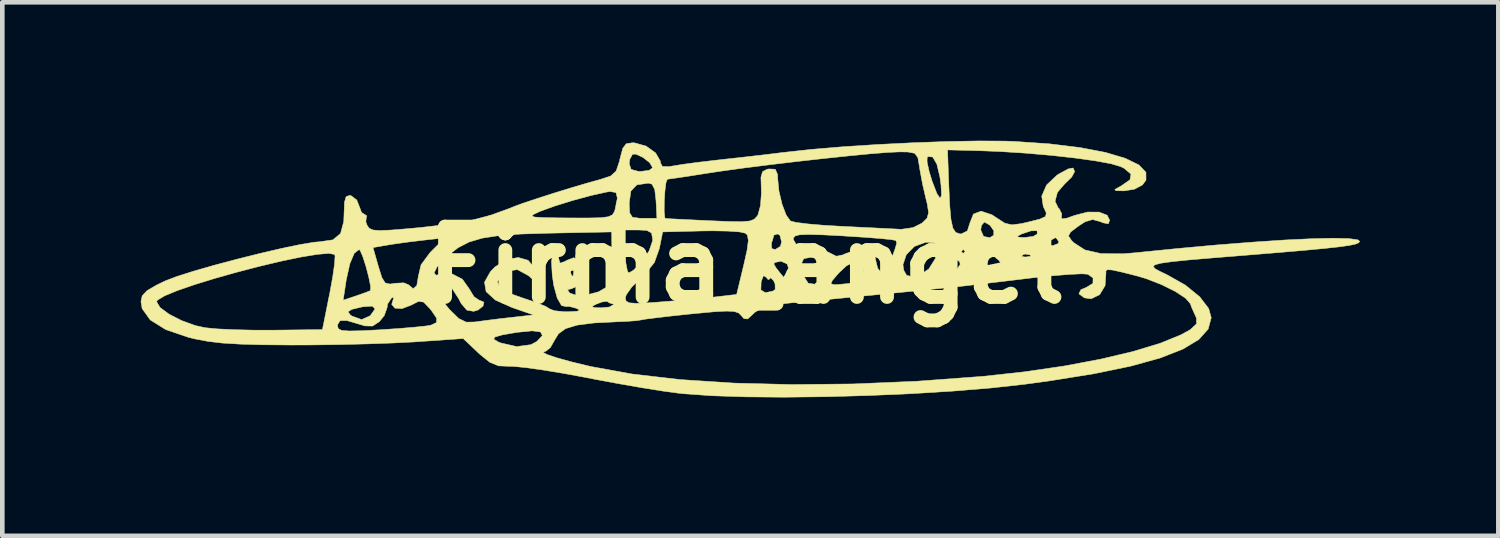
<source format=kicad_pcb>
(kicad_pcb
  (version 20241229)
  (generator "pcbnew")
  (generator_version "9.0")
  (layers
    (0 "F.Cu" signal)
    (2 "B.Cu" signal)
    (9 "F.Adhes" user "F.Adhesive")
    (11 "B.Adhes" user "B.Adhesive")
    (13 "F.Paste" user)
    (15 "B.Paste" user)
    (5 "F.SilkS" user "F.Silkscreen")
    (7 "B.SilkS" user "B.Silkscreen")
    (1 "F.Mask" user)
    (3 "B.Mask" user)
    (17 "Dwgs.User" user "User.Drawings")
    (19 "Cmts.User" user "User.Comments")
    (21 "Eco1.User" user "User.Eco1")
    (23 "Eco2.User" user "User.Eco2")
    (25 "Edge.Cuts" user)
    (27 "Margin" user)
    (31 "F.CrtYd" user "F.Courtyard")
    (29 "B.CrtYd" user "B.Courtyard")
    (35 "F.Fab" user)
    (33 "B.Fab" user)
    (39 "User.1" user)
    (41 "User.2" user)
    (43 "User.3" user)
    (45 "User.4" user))
  (footprint "Firma_angel"
    (layer "F.Cu")
    (at 13.128 2.697)
    (property "Reference" "Firma_angel" (at 0 0 0) (layer "F.SilkS") (effects (font (size 1.524 1.524) (thickness 0.3))))
    (attr through_hole)
    (fp_poly (pts (xy 5.604 -2.689) (xy 5.8 -2.682) (xy 6.565 -2.63) (xy 7.229 -2.549) (xy 7.781 -2.444) (xy 8.21 -2.317) (xy 8.506 -2.173) (xy 8.66 -2.013) (xy 8.661 -1.843) (xy 8.584 -1.738) (xy 8.41 -1.646) (xy 8.185 -1.61) (xy 8.007 -1.614) (xy 7.985 -1.64) (xy 8.106 -1.708) (xy 8.121 -1.716) (xy 8.313 -1.849) (xy 8.335 -1.974) (xy 8.189 -2.098) (xy 8.11 -2.137) (xy 7.904 -2.198) (xy 7.562 -2.261) (xy 7.116 -2.323) (xy 6.6 -2.38) (xy 6.048 -2.428) (xy 5.491 -2.463) (xy 5.038 -2.481) (xy 4.36 -2.498) (xy 4.387 -1.736) (xy 4.407 -1.292) (xy 4.434 -0.991) (xy 4.474 -0.806) (xy 4.535 -0.711) (xy 4.623 -0.679) (xy 4.657 -0.677) (xy 4.79 -0.743) (xy 4.796 -0.762) (xy 5.08 -0.762) (xy 5.141 -0.622) (xy 5.276 -0.596) (xy 5.323 -0.625) (xy 5.867 -0.625) (xy 5.913 -0.604) (xy 6.028 -0.599) (xy 6.215 -0.623) (xy 6.308 -0.677) (xy 6.299 -0.745) (xy 6.172 -0.744) (xy 5.969 -0.677) (xy 5.867 -0.625) (xy 5.323 -0.625) (xy 5.361 -0.648) (xy 5.363 -0.746) (xy 5.322 -0.804) (xy 6.435 -0.804) (xy 6.477 -0.762) (xy 6.519 -0.804) (xy 6.477 -0.847) (xy 6.435 -0.804) (xy 5.322 -0.804) (xy 5.279 -0.865) (xy 5.166 -0.931) (xy 5.154 -0.931) (xy 5.094 -0.86) (xy 5.08 -0.762) (xy 4.796 -0.762) (xy 4.842 -0.909) (xy 4.921 -1.108) (xy 5.087 -1.17) (xy 5.322 -1.092) (xy 5.435 -1.017) (xy 5.601 -0.91) (xy 5.752 -0.874) (xy 5.96 -0.9) (xy 6.102 -0.933) (xy 6.36 -0.998) (xy 6.483 -1.054) (xy 6.5 -1.13) (xy 6.442 -1.257) (xy 6.434 -1.271) (xy 6.401 -1.497) (xy 6.506 -1.737) (xy 6.73 -1.949) (xy 6.772 -1.976) (xy 6.98 -2.088) (xy 7.082 -2.106) (xy 7.112 -2.035) (xy 7.112 -2.023) (xy 7.051 -1.91) (xy 6.904 -1.766) (xy 6.9 -1.763) (xy 6.741 -1.577) (xy 6.69 -1.385) (xy 6.76 -1.238) (xy 6.779 -1.224) (xy 6.837 -1.108) (xy 6.828 -1.059) (xy 6.837 -1.003) (xy 6.952 -1.02) (xy 7.113 -1.078) (xy 7.394 -1.151) (xy 7.645 -1.15) (xy 7.819 -1.082) (xy 7.874 -0.974) (xy 7.845 -0.896) (xy 7.729 -0.918) (xy 7.669 -0.944) (xy 7.504 -0.989) (xy 7.341 -0.94) (xy 7.196 -0.846) (xy 7.027 -0.718) (xy 6.981 -0.634) (xy 7.043 -0.54) (xy 7.094 -0.488) (xy 7.337 -0.33) (xy 7.685 -0.251) (xy 8.157 -0.246) (xy 8.422 -0.268) (xy 9.34 -0.36) (xy 10.195 -0.438) (xy 10.974 -0.499) (xy 11.664 -0.545) (xy 12.25 -0.573) (xy 12.719 -0.584) (xy 13.057 -0.576) (xy 13.251 -0.549) (xy 13.293 -0.518) (xy 13.273 -0.486) (xy 13.204 -0.457) (xy 13.069 -0.428) (xy 12.85 -0.397) (xy 12.53 -0.362) (xy 12.093 -0.321) (xy 11.522 -0.272) (xy 10.8 -0.213) (xy 10.753 -0.209) (xy 10.094 -0.156) (xy 9.59 -0.113) (xy 9.225 -0.076) (xy 8.984 -0.042) (xy 8.853 -0.007) (xy 8.818 0.032) (xy 8.862 0.08) (xy 8.973 0.14) (xy 9.109 0.204) (xy 9.512 0.431) (xy 9.824 0.684) (xy 10.02 0.94) (xy 10.075 1.139) (xy 10.009 1.385) (xy 9.806 1.612) (xy 9.461 1.82) (xy 8.97 2.012) (xy 8.327 2.19) (xy 7.527 2.355) (xy 6.566 2.509) (xy 6.023 2.583) (xy 5.292 2.663) (xy 4.464 2.731) (xy 3.571 2.786) (xy 2.645 2.826) (xy 1.719 2.852) (xy 0.823 2.862) (xy -0.008 2.855) (xy -0.744 2.831) (xy -1.352 2.788) (xy -1.482 2.774) (xy -1.813 2.729) (xy -2.259 2.658) (xy -2.77 2.569) (xy -3.294 2.472) (xy -3.471 2.437) (xy -3.952 2.348) (xy -4.401 2.274) (xy -4.781 2.221) (xy -5.052 2.194) (xy -5.134 2.193) (xy -5.37 2.183) (xy -5.56 2.107) (xy -5.775 1.934) (xy -5.811 1.9) (xy -5.826 1.886) (xy -4.41 1.886) (xy -4.324 1.936) (xy -4.11 2.008) (xy -3.788 2.097) (xy -3.376 2.196) (xy -3.372 2.197) (xy -2.475 2.36) (xy -1.436 2.48) (xy -0.277 2.556) (xy 0.98 2.588) (xy 2.312 2.575) (xy 3.698 2.516) (xy 5.115 2.411) (xy 5.151 2.408) (xy 6.043 2.31) (xy 6.894 2.185) (xy 7.68 2.037) (xy 8.378 1.872) (xy 8.967 1.694) (xy 9.421 1.509) (xy 9.618 1.4) (xy 9.756 1.273) (xy 9.754 1.143) (xy 9.742 1.12) (xy 9.653 0.921) (xy 9.623 0.836) (xy 9.518 0.716) (xy 9.296 0.57) (xy 8.998 0.422) (xy 8.669 0.294) (xy 8.483 0.238) (xy 8.143 0.152) (xy 7.935 0.106) (xy 7.829 0.097) (xy 7.792 0.124) (xy 7.793 0.179) (xy 7.774 0.445) (xy 7.656 0.64) (xy 7.473 0.729) (xy 7.327 0.709) (xy 7.207 0.621) (xy 7.249 0.532) (xy 7.366 0.483) (xy 7.511 0.395) (xy 7.513 0.278) (xy 7.401 0.197) (xy 7.272 0.188) (xy 7.009 0.2) (xy 6.647 0.229) (xy 6.22 0.273) (xy 6.068 0.291) (xy 5.613 0.346) (xy 5.199 0.395) (xy 4.865 0.434) (xy 4.649 0.459) (xy 4.614 0.463) (xy 3.969 0.528) (xy 3.307 0.594) (xy 2.66 0.657) (xy 2.063 0.715) (xy 1.546 0.765) (xy 1.142 0.802) (xy 0.944 0.82) (xy 0.577 0.864) (xy 0.337 0.927) (xy 0.182 1.023) (xy 0.154 1.05) (xy 0.028 1.166) (xy -0.054 1.159) (xy -0.112 1.092) (xy -0.17 1.036) (xy -0.265 1.004) (xy -0.426 0.996) (xy -0.685 1.009) (xy -1.071 1.045) (xy -1.228 1.06) (xy -1.624 1.102) (xy -1.955 1.141) (xy -2.187 1.17) (xy -2.286 1.188) (xy -2.286 1.188) (xy -2.387 1.204) (xy -2.604 1.219) (xy -2.794 1.227) (xy -3.303 1.253) (xy -3.669 1.3) (xy -3.917 1.375) (xy -4.073 1.487) (xy -4.15 1.613) (xy -4.249 1.787) (xy -4.346 1.865) (xy -4.349 1.865) (xy -4.41 1.886) (xy -5.826 1.886) (xy -6.124 1.604) (xy -5.477 1.604) (xy -5.381 1.663) (xy -5.325 1.686) (xy -4.978 1.765) (xy -4.669 1.723) (xy -4.542 1.654) (xy -4.423 1.527) (xy -4.46 1.449) (xy -4.644 1.424) (xy -4.968 1.456) (xy -4.968 1.456) (xy -5.286 1.511) (xy -5.45 1.557) (xy -5.477 1.604) (xy -6.124 1.604) (xy -6.138 1.591) (xy -7.196 1.664) (xy -7.645 1.687) (xy -8.209 1.707) (xy -8.832 1.722) (xy -9.461 1.73) (xy -9.864 1.731) (xy -10.487 1.726) (xy -10.974 1.712) (xy -11.358 1.689) (xy -11.671 1.652) (xy -11.947 1.6) (xy -12.093 1.565) (xy -12.587 1.396) (xy -12.922 1.187) (xy -13.097 0.942) (xy -13.122 0.793) (xy -12.784 0.793) (xy -12.708 0.919) (xy -12.513 1.063) (xy -12.242 1.201) (xy -11.942 1.31) (xy -11.732 1.356) (xy -11.475 1.381) (xy -11.101 1.399) (xy -10.662 1.409) (xy -10.246 1.409) (xy -9.19 1.397) (xy -9.174 1.321) (xy -8.862 1.321) (xy -8.844 1.379) (xy -8.772 1.414) (xy -8.616 1.427) (xy -8.35 1.422) (xy -7.945 1.401) (xy -7.923 1.399) (xy -7.529 1.373) (xy -7.187 1.344) (xy -6.939 1.318) (xy -6.837 1.301) (xy -6.718 1.244) (xy -6.714 1.15) (xy -6.829 0.981) (xy -6.866 0.937) (xy -6.996 0.801) (xy -7.106 0.785) (xy -7.269 0.868) (xy -7.465 0.942) (xy -7.619 0.932) (xy -7.688 0.851) (xy -7.66 0.758) (xy -7.641 0.691) (xy -7.692 0.712) (xy -7.776 0.84) (xy -7.789 0.923) (xy -7.849 1.093) (xy -7.955 1.224) (xy -8.102 1.32) (xy -8.268 1.317) (xy -8.391 1.28) (xy -8.66 1.201) (xy -8.807 1.203) (xy -8.86 1.288) (xy -8.862 1.321) (xy -9.174 1.321) (xy -9.112 1.011) (xy -8.635 1.011) (xy -8.585 1.079) (xy -8.549 1.104) (xy -8.339 1.18) (xy -8.163 1.101) (xy -8.145 1.084) (xy -8.049 0.949) (xy -8.106 0.888) (xy -8.312 0.902) (xy -8.319 0.903) (xy -8.552 0.958) (xy -8.635 1.011) (xy -9.112 1.011) (xy -9.062 0.76) (xy -8.74 0.76) (xy -8.455 0.664) (xy -8.26 0.596) (xy -8.153 0.553) (xy -8.148 0.55) (xy -8.145 0.46) (xy -8.183 0.27) (xy -8.243 0.038) (xy -8.311 -0.176) (xy -8.371 -0.316) (xy -8.394 -0.339) (xy -8.499 -0.258) (xy -8.595 -0.032) (xy -8.673 0.317) (xy -8.679 0.359) (xy -8.74 0.76) (xy -9.062 0.76) (xy -9.031 0.608) (xy -8.968 0.263) (xy -8.928 -0.017) (xy -8.916 -0.193) (xy -8.923 -0.231) (xy -9.047 -0.255) (xy -9.299 -0.234) (xy -9.653 -0.176) (xy -10.08 -0.087) (xy -10.552 0.025) (xy -11.041 0.152) (xy -11.52 0.287) (xy -11.959 0.422) (xy -12.331 0.55) (xy -12.608 0.664) (xy -12.762 0.756) (xy -12.784 0.793) (xy -13.122 0.793) (xy -13.123 0.788) (xy -13.096 0.664) (xy -12.993 0.554) (xy -12.782 0.43) (xy -12.594 0.34) (xy -12.35 0.247) (xy -11.988 0.132) (xy -11.543 0.004) (xy -11.054 -0.126) (xy -10.555 -0.251) (xy -10.084 -0.361) (xy -9.986 -0.381) (xy -8.093 -0.381) (xy -7.976 0.03) (xy -7.9 0.272) (xy -7.828 0.386) (xy -7.724 0.41) (xy -7.616 0.393) (xy -7.426 0.383) (xy -7.322 0.426) (xy -7.223 0.51) (xy -7.145 0.445) (xy -7.112 0.252) (xy -7.112 0.246) (xy -7.093 0.167) (xy -6.769 0.167) (xy -6.727 0.218) (xy -6.646 0.2) (xy -6.39 0.183) (xy -6.156 0.304) (xy -6.012 0.507) (xy -5.905 0.683) (xy -5.789 0.762) (xy -5.782 0.762) (xy -5.689 0.802) (xy -5.709 0.888) (xy -5.816 0.972) (xy -5.911 1.001) (xy -6.058 0.976) (xy -6.183 0.83) (xy -6.237 0.725) (xy -6.378 0.508) (xy -6.517 0.427) (xy -6.629 0.491) (xy -6.656 0.545) (xy -6.631 0.676) (xy -6.511 0.869) (xy -6.427 0.969) (xy -6.233 1.158) (xy -6.073 1.235) (xy -5.891 1.232) (xy -5.661 1.201) (xy -5.345 1.161) (xy -5.122 1.136) (xy -4.614 1.079) (xy -5.075 0.92) (xy -5.442 0.756) (xy -5.642 0.574) (xy -5.677 0.369) (xy -5.547 0.139) (xy -5.449 0.038) (xy -5.198 -0.121) (xy -4.945 -0.166) (xy -4.731 -0.105) (xy -4.597 0.056) (xy -4.572 0.199) (xy -4.584 0.311) (xy -4.647 0.294) (xy -4.727 0.225) (xy -4.964 0.097) (xy -5.196 0.132) (xy -5.306 0.214) (xy -5.397 0.358) (xy -5.351 0.483) (xy -5.157 0.602) (xy -4.831 0.718) (xy -4.555 0.81) (xy -4.35 0.894) (xy -4.267 0.946) (xy -4.162 0.988) (xy -3.954 1.009) (xy -3.869 1.01) (xy -3.665 0.999) (xy -3.618 0.972) (xy -3.683 0.936) (xy -3.833 0.896) (xy -3.349 0.896) (xy -3.296 0.919) (xy -3.154 0.925) (xy -2.967 0.907) (xy -2.879 0.853) (xy -2.879 0.847) (xy -2.945 0.774) (xy -3.128 0.798) (xy -3.26 0.847) (xy -3.349 0.896) (xy -3.833 0.896) (xy -3.842 0.894) (xy -3.906 0.899) (xy -4.007 0.876) (xy -4.101 0.713) (xy -4.101 0.711) (xy -2.625 0.711) (xy -2.608 0.779) (xy -2.538 0.817) (xy -2.381 0.828) (xy -2.106 0.815) (xy -1.884 0.799) (xy -1.474 0.766) (xy -1.062 0.728) (xy -0.726 0.694) (xy -0.677 0.689) (xy -0.212 0.635) (xy -0.188 0.538) (xy 0.314 0.538) (xy 0.402 0.592) (xy 0.43 0.593) (xy 0.581 0.56) (xy 0.624 0.525) (xy 0.621 0.405) (xy 0.588 0.335) (xy 0.523 0.27) (xy 0.508 0.296) (xy 0.472 0.315) (xy 0.433 0.267) (xy 0.372 0.226) (xy 0.326 0.34) (xy 0.319 0.373) (xy 0.314 0.538) (xy -0.188 0.538) (xy -0.06 0.007) (xy -0.052 -0.027) (xy 0.593 -0.027) (xy 0.642 0.057) (xy 0.754 0.2) (xy 0.879 0.341) (xy 0.965 0.42) (xy 0.974 0.423) (xy 0.972 0.35) (xy 0.95 0.174) (xy 0.949 0.169) (xy 0.882 -0.027) (xy 0.867 -0.033) (xy 1.192 -0.033) (xy 1.227 0.189) (xy 1.239 0.233) (xy 1.339 0.391) (xy 1.48 0.413) (xy 1.491 0.404) (xy 1.831 0.404) (xy 1.902 0.422) (xy 1.968 0.422) (xy 2.214 0.398) (xy 2.349 0.37) (xy 2.508 0.261) (xy 2.54 0.117) (xy 2.49 -0.045) (xy 2.359 -0.079) (xy 2.172 0.012) (xy 2.003 0.169) (xy 1.863 0.332) (xy 1.831 0.404) (xy 1.491 0.404) (xy 1.606 0.305) (xy 1.644 0.208) (xy 1.665 -0.024) (xy 1.569 -0.142) (xy 1.392 -0.169) (xy 1.243 -0.141) (xy 1.192 -0.033) (xy 0.867 -0.033) (xy 0.752 -0.085) (xy 0.62 -0.059) (xy 0.593 -0.027) (xy -0.052 -0.027) (xy 0.015 -0.327) (xy 0.034 -0.473) (xy 0.541 -0.473) (xy 0.549 -0.359) (xy 0.626 -0.339) (xy 0.739 -0.409) (xy 0.762 -0.508) (xy 0.749 -0.559) (xy 1.016 -0.559) (xy 1.074 -0.458) (xy 1.266 -0.424) (xy 1.293 -0.423) (xy 1.557 -0.38) (xy 1.771 -0.283) (xy 1.95 -0.193) (xy 2.101 -0.225) (xy 2.127 -0.241) (xy 2.327 -0.313) (xy 2.539 -0.339) (xy 2.722 -0.315) (xy 2.789 -0.219) (xy 2.794 -0.144) (xy 2.844 0.064) (xy 2.964 0.216) (xy 3.065 0.254) (xy 3.115 0.181) (xy 3.133 0.037) (xy 3.139 -0.008) (xy 3.393 -0.008) (xy 3.412 0.114) (xy 3.474 0.222) (xy 3.581 0.246) (xy 3.779 0.203) (xy 3.954 0.082) (xy 4.005 0) (xy 4.293 0) (xy 4.303 0.139) (xy 4.419 0.16) (xy 4.562 0.093) (xy 4.634 -0.018) (xy 4.62 -0.075) (xy 4.548 -0.127) (xy 4.995 -0.127) (xy 5.054 0.042) (xy 5.227 0.09) (xy 5.454 0.033) (xy 5.526 -0.019) (xy 5.475 -0.102) (xy 5.384 -0.178) (xy 5.366 -0.19) (xy 5.963 -0.19) (xy 6.047 -0.176) (xy 6.156 -0.192) (xy 6.157 -0.212) (xy 6.35 -0.212) (xy 6.392 -0.169) (xy 6.435 -0.212) (xy 6.392 -0.254) (xy 6.35 -0.212) (xy 6.157 -0.212) (xy 6.158 -0.22) (xy 6.044 -0.241) (xy 5.995 -0.227) (xy 5.963 -0.19) (xy 5.366 -0.19) (xy 5.17 -0.314) (xy 5.044 -0.31) (xy 4.996 -0.165) (xy 4.995 -0.127) (xy 4.548 -0.127) (xy 4.493 -0.166) (xy 4.359 -0.118) (xy 4.293 0) (xy 4.005 0) (xy 4.092 -0.138) (xy 4.128 -0.296) (xy 4.657 -0.296) (xy 4.699 -0.254) (xy 4.741 -0.296) (xy 4.699 -0.339) (xy 4.657 -0.296) (xy 4.128 -0.296) (xy 4.149 -0.388) (xy 4.149 -0.39) (xy 4.097 -0.479) (xy 3.922 -0.496) (xy 3.876 -0.492) (xy 3.64 -0.405) (xy 3.465 -0.226) (xy 3.393 -0.008) (xy 3.139 -0.008) (xy 3.166 -0.198) (xy 3.218 -0.339) (xy 3.26 -0.481) (xy 3.249 -0.508) (xy 6.562 -0.508) (xy 6.581 -0.436) (xy 6.641 -0.423) (xy 6.757 -0.468) (xy 6.773 -0.508) (xy 6.713 -0.59) (xy 6.694 -0.593) (xy 6.579 -0.531) (xy 6.562 -0.508) (xy 3.249 -0.508) (xy 3.239 -0.535) (xy 3.134 -0.554) (xy 2.895 -0.578) (xy 2.555 -0.604) (xy 2.149 -0.63) (xy 2.095 -0.634) (xy 1.648 -0.657) (xy 1.344 -0.665) (xy 1.155 -0.658) (xy 1.055 -0.632) (xy 1.019 -0.587) (xy 1.016 -0.559) (xy 0.749 -0.559) (xy 0.727 -0.646) (xy 0.677 -0.677) (xy 0.595 -0.65) (xy 0.593 -0.642) (xy 0.566 -0.542) (xy 0.541 -0.473) (xy 0.034 -0.473) (xy 0.042 -0.534) (xy 0.023 -0.648) (xy -0.017 -0.691) (xy -0.145 -0.72) (xy -0.399 -0.738) (xy -0.738 -0.744) (xy -0.971 -0.741) (xy -1.815 -0.72) (xy -1.886 -0.363) (xy -1.993 -0.059) (xy -2.207 0.206) (xy -2.29 0.28) (xy -2.482 0.471) (xy -2.603 0.641) (xy -2.625 0.711) (xy -4.101 0.711) (xy -4.176 0.439) (xy -4.208 0.218) (xy -4.211 0.169) (xy -3.81 0.169) (xy -3.779 0.239) (xy -3.754 0.226) (xy -3.743 0.125) (xy -3.754 0.113) (xy -3.804 0.125) (xy -3.81 0.169) (xy -4.211 0.169) (xy -4.225 -0.084) (xy -4.197 -0.233) (xy -4.161 -0.254) (xy -4.075 -0.186) (xy -4.064 -0.126) (xy -4.04 -0.044) (xy -3.94 -0.077) (xy -3.896 -0.103) (xy -3.742 -0.162) (xy -3.608 -0.088) (xy -3.585 -0.065) (xy -3.491 0.074) (xy -3.514 0.235) (xy -3.539 0.293) (xy -3.659 0.451) (xy -3.783 0.508) (xy -3.876 0.533) (xy -3.833 0.603) (xy -3.682 0.655) (xy -3.45 0.643) (xy -3.208 0.579) (xy -3.028 0.476) (xy -3.023 0.471) (xy -2.948 0.296) (xy -2.915 -0.027) (xy -2.914 -0.182) (xy -2.921 -0.72) (xy -4.276 -0.693) (xy -4.889 -0.674) (xy -5.363 -0.641) (xy -5.728 -0.585) (xy -6.013 -0.5) (xy -6.248 -0.378) (xy -6.464 -0.213) (xy -6.54 -0.143) (xy -6.704 0.038) (xy -6.769 0.167) (xy -7.093 0.167) (xy -7.052 -0.008) (xy -6.857 -0.272) (xy -6.824 -0.305) (xy -6.537 -0.592) (xy -7.015 -0.539) (xy -7.346 -0.499) (xy -7.659 -0.455) (xy -7.793 -0.433) (xy -8.093 -0.381) (xy -9.986 -0.381) (xy -9.677 -0.446) (xy -9.371 -0.497) (xy -9.239 -0.508) (xy -8.961 -0.549) (xy -8.797 -0.686) (xy -8.727 -0.946) (xy -8.721 -1.11) (xy -8.712 -1.363) (xy -8.676 -1.485) (xy -8.6 -1.512) (xy -8.572 -1.508) (xy -8.445 -1.412) (xy -8.397 -1.29) (xy -8.341 -1.142) (xy -8.277 -1.101) (xy -8.225 -1.066) (xy -8.238 -1.047) (xy -8.248 -0.938) (xy -8.216 -0.853) (xy -8.171 -0.796) (xy -8.092 -0.762) (xy -7.948 -0.75) (xy -7.712 -0.76) (xy -7.681 -0.762) (xy -2.625 -0.762) (xy -2.625 -0.296) (xy -2.612 -0.041) (xy -2.579 0.128) (xy -2.548 0.169) (xy -2.449 0.11) (xy -2.298 -0.038) (xy -2.251 -0.091) (xy -2.108 -0.311) (xy -2.035 -0.522) (xy -2.032 -0.557) (xy -2.055 -0.696) (xy -2.158 -0.753) (xy -2.328 -0.762) (xy -2.625 -0.762) (xy -7.681 -0.762) (xy -7.354 -0.789) (xy -7.06 -0.816) (xy -6.453 -0.886) (xy -5.963 -0.971) (xy -5.611 -1.064) (xy -4.649 -1.064) (xy -4.585 -1.042) (xy -4.402 -1.031) (xy -4.081 -1.025) (xy -3.841 -1.023) (xy -3.43 -1.022) (xy -3.158 -1.028) (xy -2.993 -1.049) (xy -2.905 -1.09) (xy -2.863 -1.156) (xy -2.847 -1.206) (xy -2.819 -1.346) (xy -2.54 -1.346) (xy -2.53 -1.133) (xy -2.471 -1.039) (xy -2.318 -1.017) (xy -2.24 -1.016) (xy -1.94 -1.016) (xy -1.947 -1.166) (xy -1.782 -1.166) (xy -1.769 -1.031) (xy -1.757 -1.012) (xy -1.669 -1.006) (xy -1.447 -0.995) (xy -1.126 -0.979) (xy -0.789 -0.963) (xy -0.377 -0.946) (xy -0.101 -0.942) (xy 0.071 -0.957) (xy 0.17 -0.994) (xy 0.229 -1.057) (xy 0.252 -1.096) (xy 0.305 -1.289) (xy 0.325 -1.56) (xy 0.322 -1.664) (xy 0.315 -1.905) (xy 0.35 -2.027) (xy 0.445 -2.077) (xy 0.487 -2.085) (xy 0.626 -2.079) (xy 0.675 -1.968) (xy 0.678 -1.883) (xy 0.705 -1.608) (xy 0.773 -1.32) (xy 0.864 -1.082) (xy 0.956 -0.956) (xy 1.077 -0.926) (xy 1.33 -0.894) (xy 1.677 -0.864) (xy 2.074 -0.841) (xy 2.499 -0.82) (xy 2.886 -0.801) (xy 3.19 -0.786) (xy 3.356 -0.777) (xy 3.612 -0.814) (xy 3.806 -0.911) (xy 3.915 -1.017) (xy 3.949 -1.136) (xy 3.919 -1.33) (xy 3.891 -1.44) (xy 3.818 -1.757) (xy 3.76 -2.071) (xy 3.75 -2.138) (xy 3.733 -2.236) (xy 3.916 -2.236) (xy 3.962 -2.027) (xy 4.027 -1.815) (xy 4.13 -1.55) (xy 4.198 -1.45) (xy 4.229 -1.512) (xy 4.218 -1.734) (xy 4.195 -1.908) (xy 4.128 -2.189) (xy 4.038 -2.344) (xy 3.937 -2.353) (xy 3.918 -2.337) (xy 3.916 -2.236) (xy 3.733 -2.236) (xy 3.716 -2.331) (xy 3.649 -2.424) (xy 3.498 -2.453) (xy 3.314 -2.455) (xy 3.076 -2.444) (xy 2.702 -2.415) (xy 2.226 -2.369) (xy 1.681 -2.312) (xy 1.099 -2.247) (xy 0.513 -2.177) (xy -0.044 -2.107) (xy -0.539 -2.039) (xy -0.889 -1.986) (xy -1.232 -1.932) (xy -1.51 -1.89) (xy -1.682 -1.866) (xy -1.714 -1.863) (xy -1.743 -1.788) (xy -1.766 -1.606) (xy -1.78 -1.378) (xy -1.782 -1.166) (xy -1.947 -1.166) (xy -1.959 -1.397) (xy -1.987 -1.642) (xy -2.048 -1.756) (xy -2.126 -1.778) (xy -2.375 -1.74) (xy -2.504 -1.606) (xy -2.54 -1.346) (xy -2.819 -1.346) (xy -2.797 -1.453) (xy -2.827 -1.573) (xy -2.951 -1.596) (xy -3.027 -1.585) (xy -3.357 -1.512) (xy -3.753 -1.405) (xy -4.142 -1.285) (xy -4.452 -1.174) (xy -4.503 -1.152) (xy -4.615 -1.099) (xy -4.649 -1.064) (xy -5.611 -1.064) (xy -5.537 -1.084) (xy -5.122 -1.235) (xy -5.038 -1.27) (xy -4.852 -1.339) (xy -4.552 -1.439) (xy -4.186 -1.557) (xy -3.802 -1.675) (xy -3.447 -1.78) (xy -3.171 -1.857) (xy -3.166 -1.858) (xy -2.942 -1.932) (xy -2.823 -2.04) (xy -2.77 -2.196) (xy -2.54 -2.196) (xy -2.498 -2.075) (xy -2.343 -2.033) (xy -2.286 -2.032) (xy -2.108 -2.055) (xy -2.032 -2.111) (xy -2.032 -2.112) (xy -2.096 -2.22) (xy -2.24 -2.334) (xy -2.393 -2.406) (xy -2.469 -2.404) (xy -2.528 -2.293) (xy -2.54 -2.196) (xy -2.77 -2.196) (xy -2.755 -2.242) (xy -2.74 -2.307) (xy -2.68 -2.532) (xy -2.603 -2.633) (xy -2.469 -2.652) (xy -2.421 -2.65) (xy -2.173 -2.58) (xy -1.969 -2.434) (xy -1.866 -2.257) (xy -1.863 -2.22) (xy -1.822 -2.14) (xy -1.675 -2.136) (xy -1.587 -2.151) (xy -1.377 -2.185) (xy -1.057 -2.228) (xy -0.683 -2.272) (xy -0.55 -2.287) (xy -0.104 -2.336) (xy 0.375 -2.391) (xy 0.793 -2.442) (xy 0.847 -2.448) (xy 1.419 -2.51) (xy 2.099 -2.567) (xy 2.843 -2.615) (xy 3.608 -2.653) (xy 4.352 -2.68) (xy 5.032 -2.692) (xy 5.604 -2.689)) (stroke (width 0.01) (type solid)) (fill yes) (layer "F.SilkS")))
  (gr_rect
    (start -3 -3)
    (end 29.426 8.564)
    (stroke (width 0.1) (type default))
    (fill no)
    (layer "Edge.Cuts")))
</source>
